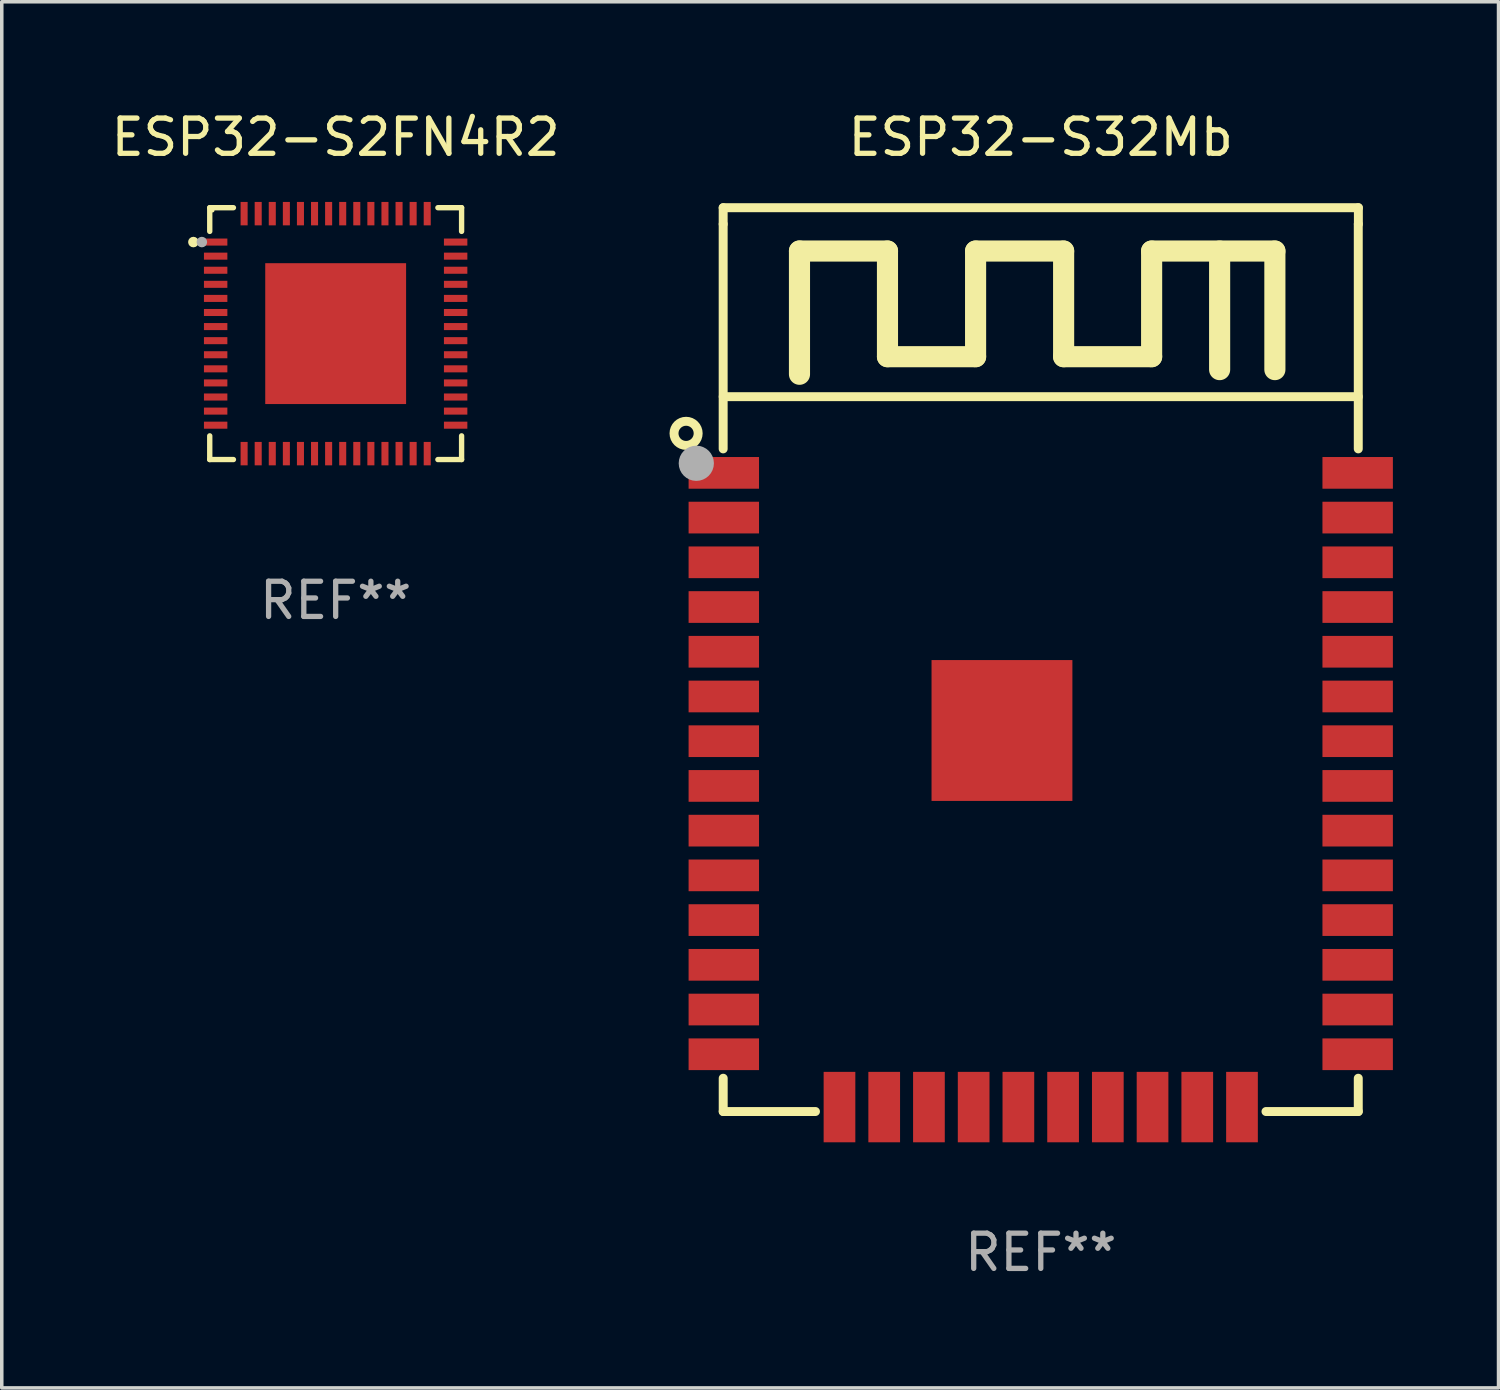
<source format=kicad_pcb>
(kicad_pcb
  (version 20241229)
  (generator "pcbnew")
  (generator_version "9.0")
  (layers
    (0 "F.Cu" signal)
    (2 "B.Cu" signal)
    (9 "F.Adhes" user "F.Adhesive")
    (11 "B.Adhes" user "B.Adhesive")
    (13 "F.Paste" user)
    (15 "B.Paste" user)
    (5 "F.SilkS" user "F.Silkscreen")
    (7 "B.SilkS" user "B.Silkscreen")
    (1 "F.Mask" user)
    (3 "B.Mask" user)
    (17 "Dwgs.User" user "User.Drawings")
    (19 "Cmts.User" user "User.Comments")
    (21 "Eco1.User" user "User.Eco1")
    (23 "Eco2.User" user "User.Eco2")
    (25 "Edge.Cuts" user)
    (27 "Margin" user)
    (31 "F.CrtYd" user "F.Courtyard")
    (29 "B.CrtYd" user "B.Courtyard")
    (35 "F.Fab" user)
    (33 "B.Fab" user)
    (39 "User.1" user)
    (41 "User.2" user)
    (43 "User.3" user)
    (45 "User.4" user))
  (footprint "ESP32-S2FN4R2"
    (layer "F.Cu")
    (at 6.482 6.424)
    (property "Reference" "ESP32-S2FN4R2" (at 0 -5.576 0) (layer "F.SilkS") (effects (font (size 1 1) (thickness 0.15))))
    (attr through_hole)
    (fp_line (start -3.576 -3.576) (end -3.576 -2.903) (stroke (width 0.152) (type solid)) (layer "F.SilkS"))
    (fp_line (start -3.576 3.576) (end -3.576 2.903) (stroke (width 0.152) (type solid)) (layer "F.SilkS"))
    (fp_line (start -2.903 -3.576) (end -3.576 -3.576) (stroke (width 0.152) (type solid)) (layer "F.SilkS"))
    (fp_line (start -2.903 3.576) (end -3.576 3.576) (stroke (width 0.152) (type solid)) (layer "F.SilkS"))
    (fp_line (start 2.903 -3.576) (end 3.576 -3.576) (stroke (width 0.152) (type solid)) (layer "F.SilkS"))
    (fp_line (start 2.903 3.576) (end 3.576 3.576) (stroke (width 0.152) (type solid)) (layer "F.SilkS"))
    (fp_line (start 3.576 -3.576) (end 3.576 -2.903) (stroke (width 0.152) (type solid)) (layer "F.SilkS"))
    (fp_line (start 3.576 3.576) (end 3.576 2.903) (stroke (width 0.152) (type solid)) (layer "F.SilkS"))
    (fp_circle (center -4.04 -2.6) (end -3.965 -2.6) (stroke (width 0.15) (type solid)) (fill no) (layer "F.SilkS"))
    (fp_circle (center -3.5 -3.5) (end -3.47 -3.5) (stroke (width 0.06) (type solid)) (fill no) (layer "F.SilkS"))
    (fp_circle (center -3.8 -2.6) (end -3.725 -2.6) (stroke (width 0.15) (type solid)) (fill no) (layer "F.Fab"))
    (fp_text user "REF**" (at 0 7.576 0) (layer "F.Fab") (effects (font (size 1 1) (thickness 0.15))))
    (pad "1" smd rect (at -3.408 -2.6) (size 0.665 0.2) (layers "F.Cu" "F.Mask" "F.Paste"))
    (pad "2" smd rect (at -3.408 -2.2) (size 0.665 0.2) (layers "F.Cu" "F.Mask" "F.Paste"))
    (pad "3" smd rect (at -3.408 -1.8) (size 0.665 0.2) (layers "F.Cu" "F.Mask" "F.Paste"))
    (pad "4" smd rect (at -3.408 -1.4) (size 0.665 0.2) (layers "F.Cu" "F.Mask" "F.Paste"))
    (pad "5" smd rect (at -3.408 -1) (size 0.665 0.2) (layers "F.Cu" "F.Mask" "F.Paste"))
    (pad "6" smd rect (at -3.408 -0.6) (size 0.665 0.2) (layers "F.Cu" "F.Mask" "F.Paste"))
    (pad "7" smd rect (at -3.408 -0.2) (size 0.665 0.2) (layers "F.Cu" "F.Mask" "F.Paste"))
    (pad "8" smd rect (at -3.408 0.2) (size 0.665 0.2) (layers "F.Cu" "F.Mask" "F.Paste"))
    (pad "9" smd rect (at -3.408 0.6) (size 0.665 0.2) (layers "F.Cu" "F.Mask" "F.Paste"))
    (pad "10" smd rect (at -3.408 1) (size 0.665 0.2) (layers "F.Cu" "F.Mask" "F.Paste"))
    (pad "11" smd rect (at -3.408 1.4) (size 0.665 0.2) (layers "F.Cu" "F.Mask" "F.Paste"))
    (pad "12" smd rect (at -3.408 1.8) (size 0.665 0.2) (layers "F.Cu" "F.Mask" "F.Paste"))
    (pad "13" smd rect (at -3.408 2.2) (size 0.665 0.2) (layers "F.Cu" "F.Mask" "F.Paste"))
    (pad "14" smd rect (at -3.408 2.6) (size 0.665 0.2) (layers "F.Cu" "F.Mask" "F.Paste"))
    (pad "15" smd rect (at -2.6 3.408) (size 0.2 0.665) (layers "F.Cu" "F.Mask" "F.Paste"))
    (pad "16" smd rect (at -2.2 3.408) (size 0.2 0.665) (layers "F.Cu" "F.Mask" "F.Paste"))
    (pad "17" smd rect (at -1.8 3.408) (size 0.2 0.665) (layers "F.Cu" "F.Mask" "F.Paste"))
    (pad "18" smd rect (at -1.4 3.408) (size 0.2 0.665) (layers "F.Cu" "F.Mask" "F.Paste"))
    (pad "19" smd rect (at -1 3.408) (size 0.2 0.665) (layers "F.Cu" "F.Mask" "F.Paste"))
    (pad "20" smd rect (at -0.6 3.408) (size 0.2 0.665) (layers "F.Cu" "F.Mask" "F.Paste"))
    (pad "21" smd rect (at -0.2 3.408) (size 0.2 0.665) (layers "F.Cu" "F.Mask" "F.Paste"))
    (pad "22" smd rect (at 0.2 3.408) (size 0.2 0.665) (layers "F.Cu" "F.Mask" "F.Paste"))
    (pad "23" smd rect (at 0.6 3.408) (size 0.2 0.665) (layers "F.Cu" "F.Mask" "F.Paste"))
    (pad "24" smd rect (at 1 3.408) (size 0.2 0.665) (layers "F.Cu" "F.Mask" "F.Paste"))
    (pad "25" smd rect (at 1.4 3.408) (size 0.2 0.665) (layers "F.Cu" "F.Mask" "F.Paste"))
    (pad "26" smd rect (at 1.8 3.408) (size 0.2 0.665) (layers "F.Cu" "F.Mask" "F.Paste"))
    (pad "27" smd rect (at 2.2 3.408) (size 0.2 0.665) (layers "F.Cu" "F.Mask" "F.Paste"))
    (pad "28" smd rect (at 2.6 3.408) (size 0.2 0.665) (layers "F.Cu" "F.Mask" "F.Paste"))
    (pad "29" smd rect (at 3.407 2.6) (size 0.665 0.2) (layers "F.Cu" "F.Mask" "F.Paste"))
    (pad "30" smd rect (at 3.407 2.2) (size 0.665 0.2) (layers "F.Cu" "F.Mask" "F.Paste"))
    (pad "31" smd rect (at 3.407 1.8) (size 0.665 0.2) (layers "F.Cu" "F.Mask" "F.Paste"))
    (pad "32" smd rect (at 3.407 1.4) (size 0.665 0.2) (layers "F.Cu" "F.Mask" "F.Paste"))
    (pad "33" smd rect (at 3.407 1) (size 0.665 0.2) (layers "F.Cu" "F.Mask" "F.Paste"))
    (pad "34" smd rect (at 3.407 0.6) (size 0.665 0.2) (layers "F.Cu" "F.Mask" "F.Paste"))
    (pad "35" smd rect (at 3.407 0.2) (size 0.665 0.2) (layers "F.Cu" "F.Mask" "F.Paste"))
    (pad "36" smd rect (at 3.407 -0.2) (size 0.665 0.2) (layers "F.Cu" "F.Mask" "F.Paste"))
    (pad "37" smd rect (at 3.407 -0.6) (size 0.665 0.2) (layers "F.Cu" "F.Mask" "F.Paste"))
    (pad "38" smd rect (at 3.407 -1) (size 0.665 0.2) (layers "F.Cu" "F.Mask" "F.Paste"))
    (pad "39" smd rect (at 3.407 -1.4) (size 0.665 0.2) (layers "F.Cu" "F.Mask" "F.Paste"))
    (pad "40" smd rect (at 3.407 -1.8) (size 0.665 0.2) (layers "F.Cu" "F.Mask" "F.Paste"))
    (pad "41" smd rect (at 3.407 -2.2) (size 0.665 0.2) (layers "F.Cu" "F.Mask" "F.Paste"))
    (pad "42" smd rect (at 3.407 -2.6) (size 0.665 0.2) (layers "F.Cu" "F.Mask" "F.Paste"))
    (pad "43" smd rect (at 2.6 -3.407) (size 0.2 0.665) (layers "F.Cu" "F.Mask" "F.Paste"))
    (pad "44" smd rect (at 2.2 -3.407) (size 0.2 0.665) (layers "F.Cu" "F.Mask" "F.Paste"))
    (pad "45" smd rect (at 1.8 -3.407) (size 0.2 0.665) (layers "F.Cu" "F.Mask" "F.Paste"))
    (pad "46" smd rect (at 1.4 -3.407) (size 0.2 0.665) (layers "F.Cu" "F.Mask" "F.Paste"))
    (pad "47" smd rect (at 1 -3.407) (size 0.2 0.665) (layers "F.Cu" "F.Mask" "F.Paste"))
    (pad "48" smd rect (at 0.6 -3.407) (size 0.2 0.665) (layers "F.Cu" "F.Mask" "F.Paste"))
    (pad "49" smd rect (at 0.2 -3.407) (size 0.2 0.665) (layers "F.Cu" "F.Mask" "F.Paste"))
    (pad "50" smd rect (at -0.2 -3.407) (size 0.2 0.665) (layers "F.Cu" "F.Mask" "F.Paste"))
    (pad "51" smd rect (at -0.6 -3.407) (size 0.2 0.665) (layers "F.Cu" "F.Mask" "F.Paste"))
    (pad "52" smd rect (at -1 -3.407) (size 0.2 0.665) (layers "F.Cu" "F.Mask" "F.Paste"))
    (pad "53" smd rect (at -1.4 -3.407) (size 0.2 0.665) (layers "F.Cu" "F.Mask" "F.Paste"))
    (pad "54" smd rect (at -1.8 -3.407) (size 0.2 0.665) (layers "F.Cu" "F.Mask" "F.Paste"))
    (pad "55" smd rect (at -2.2 -3.407) (size 0.2 0.665) (layers "F.Cu" "F.Mask" "F.Paste"))
    (pad "56" smd rect (at -2.6 -3.407) (size 0.2 0.665) (layers "F.Cu" "F.Mask" "F.Paste"))
    (pad "57" smd rect (at 0.000051 -0.000051) (size 4 4) (layers "F.Cu" "F.Mask" "F.Paste")))
  (footprint "ESP32-S32Mb"
    (layer "F.Cu")
    (at 26.505 15.681)
    (property "Reference" "ESP32-S32Mb" (at 0 -14.833 0) (layer "F.SilkS") (effects (font (size 1 1) (thickness 0.15))))
    (attr through_hole)
    (fp_line (start -9.019 -12.833) (end 9.019 -12.833) (stroke (width 0.254) (type solid)) (layer "F.SilkS"))
    (fp_line (start -9.019 -12.367) (end -9.019 -12.833) (stroke (width 0.254) (type solid)) (layer "F.SilkS"))
    (fp_line (start -9.019 -12.367) (end -9.019 -5.984) (stroke (width 0.254) (type solid)) (layer "F.SilkS"))
    (fp_line (start -9.018 -7.467) (end 9.016 -7.467) (stroke (width 0.254) (type solid)) (layer "F.SilkS"))
    (fp_line (start -9.018 11.888) (end -9.018 12.833) (stroke (width 0.254) (type solid)) (layer "F.SilkS"))
    (fp_line (start -9.018 12.833) (end -6.398 12.833) (stroke (width 0.254) (type solid)) (layer "F.SilkS"))
    (fp_line (start -6.852 -11.603) (end -6.852 -8.103) (stroke (width 0.6) (type solid)) (layer "F.SilkS"))
    (fp_line (start -4.353 -8.602) (end -4.353 -11.602) (stroke (width 0.6) (type solid)) (layer "F.SilkS"))
    (fp_line (start -4.352 -11.603) (end -6.852 -11.603) (stroke (width 0.6) (type solid)) (layer "F.SilkS"))
    (fp_line (start -1.851 -11.602) (end -1.851 -8.602) (stroke (width 0.6) (type solid)) (layer "F.SilkS"))
    (fp_line (start -1.851 -8.602) (end -4.353 -8.602) (stroke (width 0.6) (type solid)) (layer "F.SilkS"))
    (fp_line (start 0.649 -11.602) (end -1.851 -11.602) (stroke (width 0.6) (type solid)) (layer "F.SilkS"))
    (fp_line (start 0.649 -8.602) (end 0.649 -11.602) (stroke (width 0.6) (type solid)) (layer "F.SilkS"))
    (fp_line (start 3.148 -11.602) (end 3.148 -8.602) (stroke (width 0.6) (type solid)) (layer "F.SilkS"))
    (fp_line (start 3.148 -8.602) (end 0.649 -8.602) (stroke (width 0.6) (type solid)) (layer "F.SilkS"))
    (fp_line (start 5.079 -11.602) (end 5.079 -8.235) (stroke (width 0.6) (type solid)) (layer "F.SilkS"))
    (fp_line (start 6.395 12.833) (end 9.016 12.833) (stroke (width 0.254) (type solid)) (layer "F.SilkS"))
    (fp_line (start 6.648 -11.602) (end 3.148 -11.602) (stroke (width 0.6) (type solid)) (layer "F.SilkS"))
    (fp_line (start 6.648 -8.235) (end 6.648 -11.602) (stroke (width 0.6) (type solid)) (layer "F.SilkS"))
    (fp_line (start 9.016 -12.367) (end 9.016 -5.984) (stroke (width 0.254) (type solid)) (layer "F.SilkS"))
    (fp_line (start 9.016 12.833) (end 9.016 11.888) (stroke (width 0.254) (type solid)) (layer "F.SilkS"))
    (fp_line (start 9.019 -12.833) (end 9.019 -12.367) (stroke (width 0.254) (type solid)) (layer "F.SilkS"))
    (fp_circle (center -10.072 -6.425) (end -9.729 -6.425) (stroke (width 0.254) (type solid)) (fill no) (layer "F.SilkS"))
    (fp_circle (center -9.002 -12.793) (end -8.972 -12.793) (stroke (width 0.06) (type solid)) (fill no) (layer "F.SilkS"))
    (fp_circle (center -9.782 -5.575) (end -9.532 -5.575) (stroke (width 0.5) (type solid)) (fill no) (layer "F.Fab"))
    (fp_text user "REF**" (at 0 16.833 0) (layer "F.Fab") (effects (font (size 1 1) (thickness 0.15))))
    (pad "1" smd rect (at -9.001 -5.303) (size 2 0.9) (layers "F.Cu" "F.Mask" "F.Paste"))
    (pad "2" smd rect (at -9.001 -4.033) (size 2 0.9) (layers "F.Cu" "F.Mask" "F.Paste"))
    (pad "3" smd rect (at -9.001 -2.763) (size 2 0.9) (layers "F.Cu" "F.Mask" "F.Paste"))
    (pad "4" smd rect (at -9.001 -1.493) (size 2 0.9) (layers "F.Cu" "F.Mask" "F.Paste"))
    (pad "5" smd rect (at -9.001 -0.223) (size 2 0.9) (layers "F.Cu" "F.Mask" "F.Paste"))
    (pad "6" smd rect (at -9.001 1.047) (size 2 0.9) (layers "F.Cu" "F.Mask" "F.Paste"))
    (pad "7" smd rect (at -9.001 2.317) (size 2 0.9) (layers "F.Cu" "F.Mask" "F.Paste"))
    (pad "8" smd rect (at -9.001 3.587) (size 2 0.9) (layers "F.Cu" "F.Mask" "F.Paste"))
    (pad "9" smd rect (at -9.001 4.857) (size 2 0.9) (layers "F.Cu" "F.Mask" "F.Paste"))
    (pad "10" smd rect (at -9.001 6.127) (size 2 0.9) (layers "F.Cu" "F.Mask" "F.Paste"))
    (pad "11" smd rect (at -9.001 7.397) (size 2 0.9) (layers "F.Cu" "F.Mask" "F.Paste"))
    (pad "12" smd rect (at -9.001 8.667) (size 2 0.9) (layers "F.Cu" "F.Mask" "F.Paste"))
    (pad "13" smd rect (at -9.001 9.937) (size 2 0.9) (layers "F.Cu" "F.Mask" "F.Paste"))
    (pad "14" smd rect (at -9.001 11.207) (size 2 0.9) (layers "F.Cu" "F.Mask" "F.Paste"))
    (pad "15" smd rect (at -5.716 12.707 270) (size 2 0.9) (layers "F.Cu" "F.Mask" "F.Paste"))
    (pad "16" smd rect (at -4.446 12.707 270) (size 2 0.9) (layers "F.Cu" "F.Mask" "F.Paste"))
    (pad "17" smd rect (at -3.176 12.707 270) (size 2 0.9) (layers "F.Cu" "F.Mask" "F.Paste"))
    (pad "18" smd rect (at -1.906 12.707 270) (size 2 0.9) (layers "F.Cu" "F.Mask" "F.Paste"))
    (pad "19" smd rect (at -0.636 12.707 270) (size 2 0.9) (layers "F.Cu" "F.Mask" "F.Paste"))
    (pad "20" smd rect (at 0.634 12.707 270) (size 2 0.9) (layers "F.Cu" "F.Mask" "F.Paste"))
    (pad "21" smd rect (at 1.904 12.707 270) (size 2 0.9) (layers "F.Cu" "F.Mask" "F.Paste"))
    (pad "22" smd rect (at 3.174 12.707 270) (size 2 0.9) (layers "F.Cu" "F.Mask" "F.Paste"))
    (pad "23" smd rect (at 4.444 12.707 270) (size 2 0.9) (layers "F.Cu" "F.Mask" "F.Paste"))
    (pad "24" smd rect (at 5.714 12.707 270) (size 2 0.9) (layers "F.Cu" "F.Mask" "F.Paste"))
    (pad "25" smd rect (at 8.999 11.207) (size 2 0.9) (layers "F.Cu" "F.Mask" "F.Paste"))
    (pad "26" smd rect (at 8.999 9.937) (size 2 0.9) (layers "F.Cu" "F.Mask" "F.Paste"))
    (pad "27" smd rect (at 8.999 8.667) (size 2 0.9) (layers "F.Cu" "F.Mask" "F.Paste"))
    (pad "28" smd rect (at 8.999 7.397) (size 2 0.9) (layers "F.Cu" "F.Mask" "F.Paste"))
    (pad "29" smd rect (at 8.999 6.127) (size 2 0.9) (layers "F.Cu" "F.Mask" "F.Paste"))
    (pad "30" smd rect (at 8.999 4.857) (size 2 0.9) (layers "F.Cu" "F.Mask" "F.Paste"))
    (pad "31" smd rect (at 8.999 3.587) (size 2 0.9) (layers "F.Cu" "F.Mask" "F.Paste"))
    (pad "32" smd rect (at 8.999 2.317) (size 2 0.9) (layers "F.Cu" "F.Mask" "F.Paste"))
    (pad "33" smd rect (at 8.999 1.047) (size 2 0.9) (layers "F.Cu" "F.Mask" "F.Paste"))
    (pad "34" smd rect (at 8.999 -0.223) (size 2 0.9) (layers "F.Cu" "F.Mask" "F.Paste"))
    (pad "35" smd rect (at 8.999 -1.493) (size 2 0.9) (layers "F.Cu" "F.Mask" "F.Paste"))
    (pad "36" smd rect (at 8.999 -2.763) (size 2 0.9) (layers "F.Cu" "F.Mask" "F.Paste"))
    (pad "37" smd rect (at 8.999 -4.033) (size 2 0.9) (layers "F.Cu" "F.Mask" "F.Paste"))
    (pad "38" smd rect (at 8.999 -5.303) (size 2 0.9) (layers "F.Cu" "F.Mask" "F.Paste"))
    (pad "39" smd rect (at -1.102 2.013) (size 4 4) (layers "F.Cu" "F.Mask" "F.Paste")))
  (gr_rect
    (start -3 -3)
    (end 39.504 36.363)
    (stroke (width 0.1) (type default))
    (fill no)
    (layer "Edge.Cuts")))
</source>
